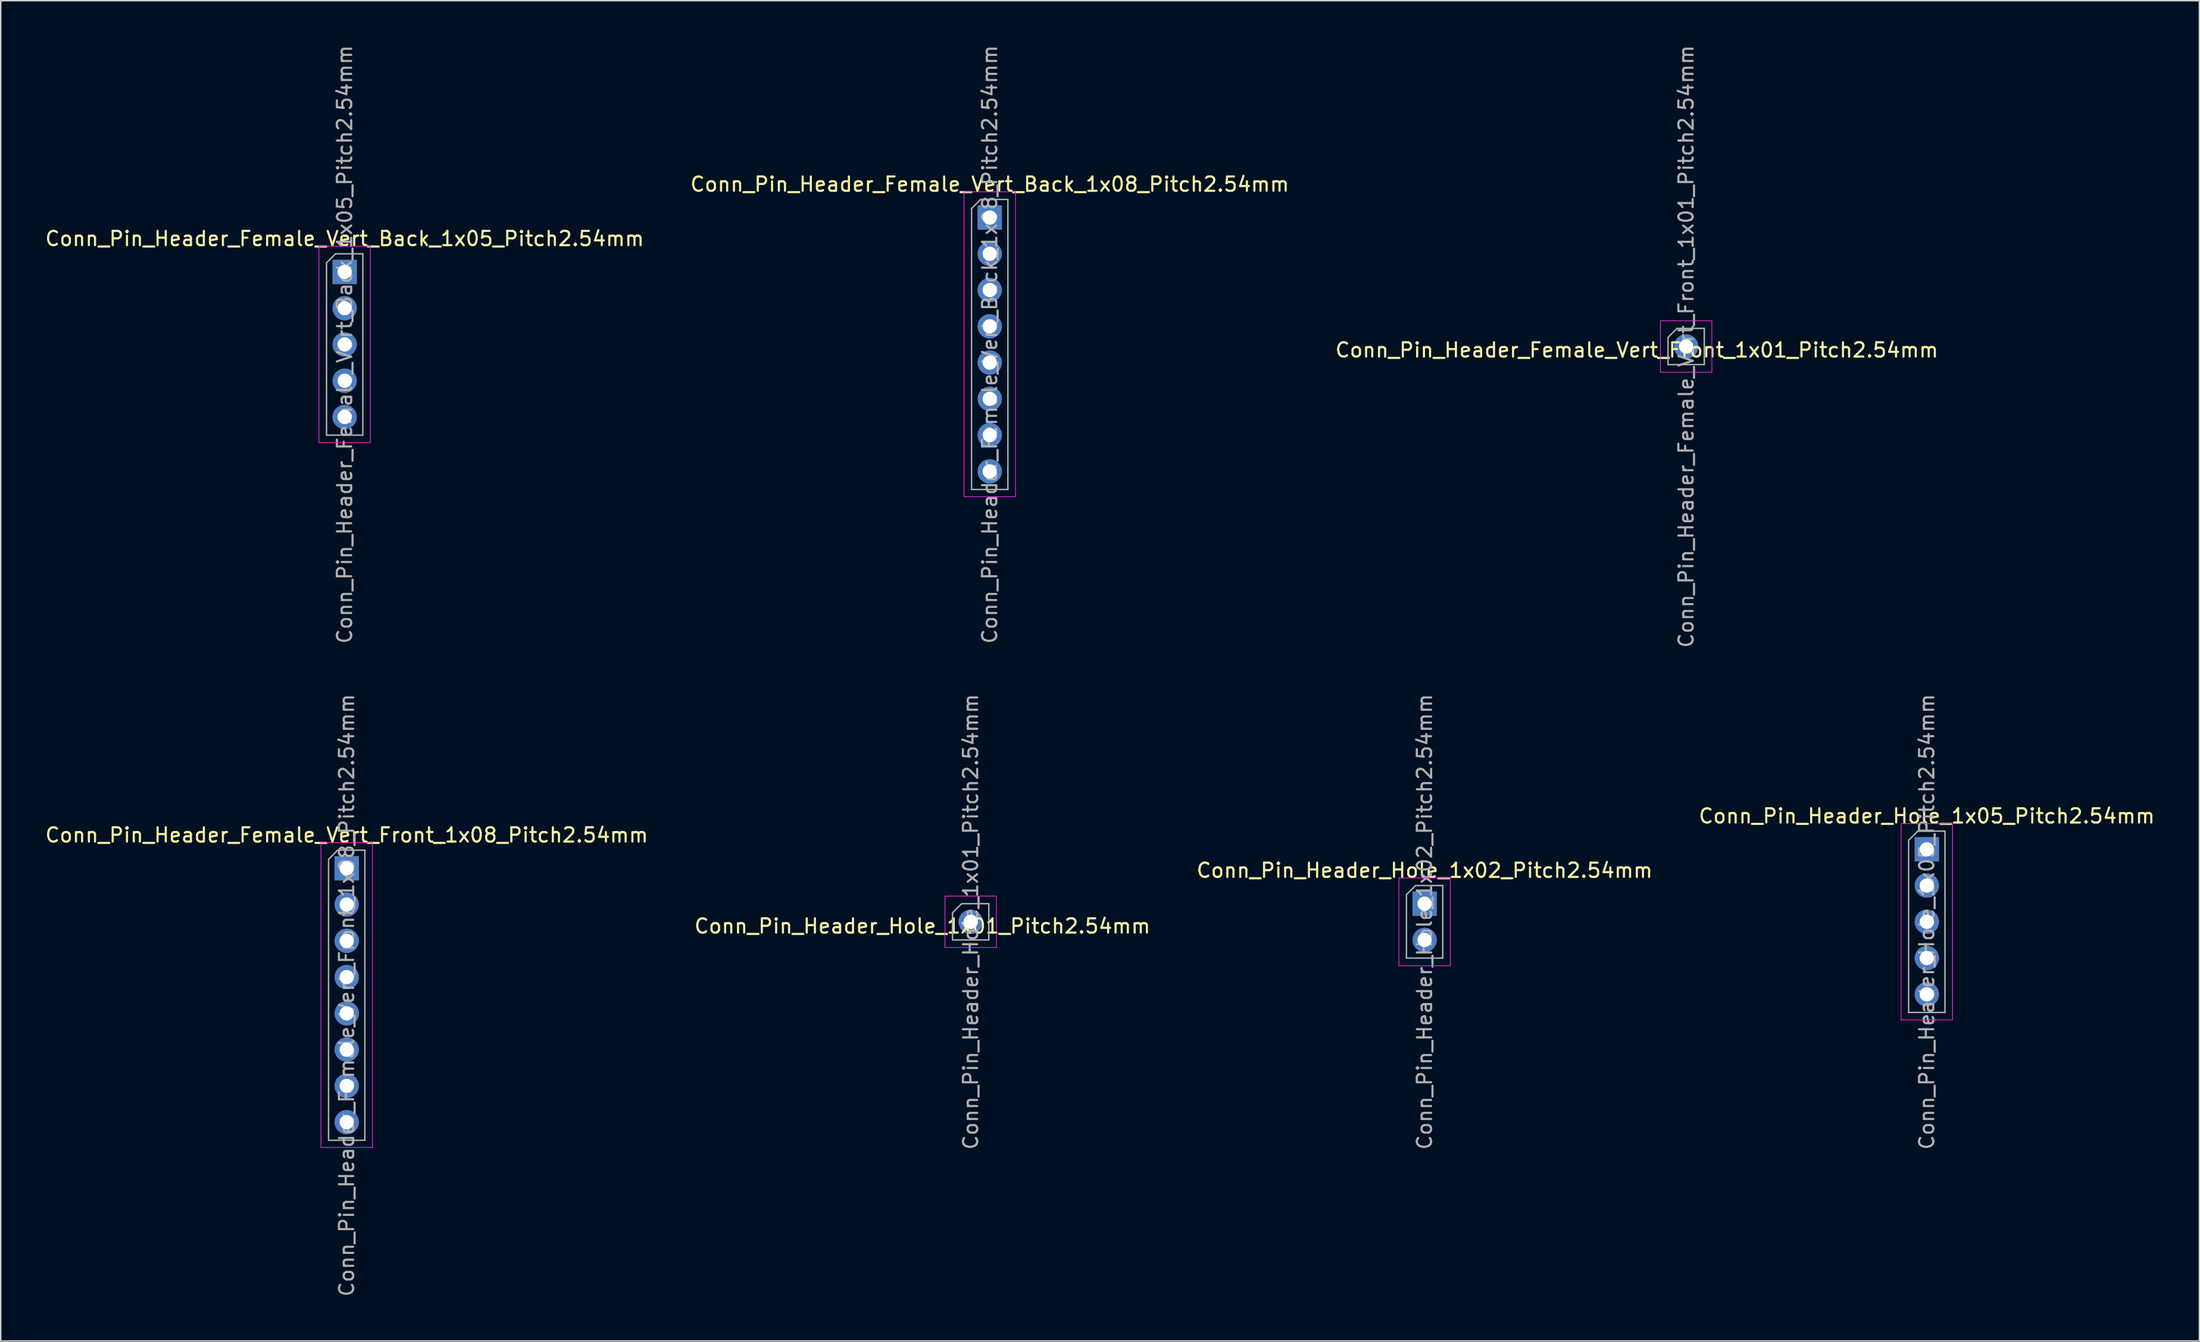
<source format=kicad_pcb>
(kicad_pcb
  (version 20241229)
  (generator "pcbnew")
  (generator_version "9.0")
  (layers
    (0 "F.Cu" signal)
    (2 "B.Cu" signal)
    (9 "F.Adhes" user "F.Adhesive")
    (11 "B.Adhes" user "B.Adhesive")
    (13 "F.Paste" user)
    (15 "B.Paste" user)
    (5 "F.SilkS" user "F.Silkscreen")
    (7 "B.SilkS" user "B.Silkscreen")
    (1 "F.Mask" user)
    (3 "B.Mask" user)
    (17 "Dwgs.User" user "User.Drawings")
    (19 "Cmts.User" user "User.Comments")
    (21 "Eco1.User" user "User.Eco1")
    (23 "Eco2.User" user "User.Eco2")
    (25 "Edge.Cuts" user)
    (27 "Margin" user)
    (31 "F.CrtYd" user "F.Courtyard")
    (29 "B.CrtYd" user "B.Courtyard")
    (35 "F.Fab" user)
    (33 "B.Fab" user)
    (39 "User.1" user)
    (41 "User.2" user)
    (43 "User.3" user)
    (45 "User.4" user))
  (footprint "Conn_Pin_Header_Female_Vert_Back_1x05_Pitch2.54mm"
    (layer "F.Cu")
    (at 21.077 15.997)
    (property "Reference" "Conn_Pin_Header_Female_Vert_Back_1x05_Pitch2.54mm" (at 0 -2.33 0) (layer "F.SilkS") (effects (font (size 1 1) (thickness 0.15))))
    (attr through_hole)
    (fp_line (start -1.8 -1.8) (end -1.8 11.95) (stroke (width 0.05) (type solid)) (layer "F.CrtYd"))
    (fp_line (start -1.8 11.95) (end 1.8 11.95) (stroke (width 0.05) (type solid)) (layer "F.CrtYd"))
    (fp_line (start 1.8 -1.8) (end -1.8 -1.8) (stroke (width 0.05) (type solid)) (layer "F.CrtYd"))
    (fp_line (start 1.8 11.95) (end 1.8 -1.8) (stroke (width 0.05) (type solid)) (layer "F.CrtYd"))
    (fp_line (start -1.27 -0.635) (end -0.635 -1.27) (stroke (width 0.1) (type solid)) (layer "F.Fab"))
    (fp_line (start -1.27 11.43) (end -1.27 -0.635) (stroke (width 0.1) (type solid)) (layer "F.Fab"))
    (fp_line (start -0.635 -1.27) (end 1.27 -1.27) (stroke (width 0.1) (type solid)) (layer "F.Fab"))
    (fp_line (start 1.27 -1.27) (end 1.27 11.43) (stroke (width 0.1) (type solid)) (layer "F.Fab"))
    (fp_line (start 1.27 11.43) (end -1.27 11.43) (stroke (width 0.1) (type solid)) (layer "F.Fab"))
    (fp_text user "${REFERENCE}" (at 0 5.08 90) (layer "F.Fab") (effects (font (size 1 1) (thickness 0.15))))
    (pad "1" thru_hole rect (at 0 0) (size 1.7 1.7) (drill 1) (layers "*.Cu" "*.Mask"))
    (pad "2" thru_hole oval (at 0 2.54) (size 1.7 1.7) (drill 1) (layers "*.Cu" "*.Mask"))
    (pad "3" thru_hole oval (at 0 5.08) (size 1.7 1.7) (drill 1) (layers "*.Cu" "*.Mask"))
    (pad "4" thru_hole oval (at 0 7.62) (size 1.7 1.7) (drill 1) (layers "*.Cu" "*.Mask"))
    (pad "5" thru_hole oval (at 0 10.16) (size 1.7 1.7) (drill 1) (layers "*.Cu" "*.Mask")))
  (footprint "Conn_Pin_Header_Female_Vert_Front_1x08_Pitch2.54mm"
    (layer "F.Cu")
    (at 21.22 57.771)
    (property "Reference" "Conn_Pin_Header_Female_Vert_Front_1x08_Pitch2.54mm" (at 0 -2.33 0) (layer "F.SilkS") (effects (font (size 1 1) (thickness 0.15))))
    (attr through_hole)
    (fp_line (start -1.8 -1.8) (end -1.8 19.55) (stroke (width 0.05) (type solid)) (layer "F.CrtYd"))
    (fp_line (start -1.8 19.55) (end 1.8 19.55) (stroke (width 0.05) (type solid)) (layer "F.CrtYd"))
    (fp_line (start 1.8 -1.8) (end -1.8 -1.8) (stroke (width 0.05) (type solid)) (layer "F.CrtYd"))
    (fp_line (start 1.8 19.55) (end 1.8 -1.8) (stroke (width 0.05) (type solid)) (layer "F.CrtYd"))
    (fp_line (start -1.27 -0.635) (end -0.635 -1.27) (stroke (width 0.1) (type solid)) (layer "F.Fab"))
    (fp_line (start -1.27 19.05) (end -1.27 -0.635) (stroke (width 0.1) (type solid)) (layer "F.Fab"))
    (fp_line (start -0.635 -1.27) (end 1.27 -1.27) (stroke (width 0.1) (type solid)) (layer "F.Fab"))
    (fp_line (start 1.27 -1.27) (end 1.27 19.05) (stroke (width 0.1) (type solid)) (layer "F.Fab"))
    (fp_line (start 1.27 19.05) (end -1.27 19.05) (stroke (width 0.1) (type solid)) (layer "F.Fab"))
    (fp_text user "${REFERENCE}" (at 0 8.89 90) (layer "F.Fab") (effects (font (size 1 1) (thickness 0.15))))
    (pad "1" thru_hole rect (at 0 0) (size 1.7 1.7) (drill 1) (layers "*.Cu" "*.Mask"))
    (pad "2" thru_hole oval (at 0 2.54) (size 1.7 1.7) (drill 1) (layers "*.Cu" "*.Mask"))
    (pad "3" thru_hole oval (at 0 5.08) (size 1.7 1.7) (drill 1) (layers "*.Cu" "*.Mask"))
    (pad "4" thru_hole oval (at 0 7.62) (size 1.7 1.7) (drill 1) (layers "*.Cu" "*.Mask"))
    (pad "5" thru_hole oval (at 0 10.16) (size 1.7 1.7) (drill 1) (layers "*.Cu" "*.Mask"))
    (pad "6" thru_hole oval (at 0 12.7) (size 1.7 1.7) (drill 1) (layers "*.Cu" "*.Mask"))
    (pad "7" thru_hole oval (at 0 15.24) (size 1.7 1.7) (drill 1) (layers "*.Cu" "*.Mask"))
    (pad "8" thru_hole oval (at 0 17.78) (size 1.7 1.7) (drill 1) (layers "*.Cu" "*.Mask")))
  (footprint "Conn_Pin_Header_Hole_1x05_Pitch2.54mm"
    (layer "F.Cu")
    (at 131.827 56.438)
    (property "Reference" "Conn_Pin_Header_Hole_1x05_Pitch2.54mm" (at 0 -2.33 0) (layer "F.SilkS") (effects (font (size 1 1) (thickness 0.15))))
    (attr through_hole)
    (fp_line (start -1.8 -1.8) (end -1.8 11.95) (stroke (width 0.05) (type solid)) (layer "F.CrtYd"))
    (fp_line (start -1.8 11.95) (end 1.8 11.95) (stroke (width 0.05) (type solid)) (layer "F.CrtYd"))
    (fp_line (start 1.8 -1.8) (end -1.8 -1.8) (stroke (width 0.05) (type solid)) (layer "F.CrtYd"))
    (fp_line (start 1.8 11.95) (end 1.8 -1.8) (stroke (width 0.05) (type solid)) (layer "F.CrtYd"))
    (fp_line (start -1.27 -0.635) (end -0.635 -1.27) (stroke (width 0.1) (type solid)) (layer "F.Fab"))
    (fp_line (start -1.27 11.43) (end -1.27 -0.635) (stroke (width 0.1) (type solid)) (layer "F.Fab"))
    (fp_line (start -0.635 -1.27) (end 1.27 -1.27) (stroke (width 0.1) (type solid)) (layer "F.Fab"))
    (fp_line (start 1.27 -1.27) (end 1.27 11.43) (stroke (width 0.1) (type solid)) (layer "F.Fab"))
    (fp_line (start 1.27 11.43) (end -1.27 11.43) (stroke (width 0.1) (type solid)) (layer "F.Fab"))
    (fp_text user "${REFERENCE}" (at 0 5.08 90) (layer "F.Fab") (effects (font (size 1 1) (thickness 0.15))))
    (pad "1" thru_hole rect (at 0 0) (size 1.7 1.7) (drill 1) (layers "*.Cu" "*.Mask"))
    (pad "2" thru_hole oval (at 0 2.54) (size 1.7 1.7) (drill 1) (layers "*.Cu" "*.Mask"))
    (pad "3" thru_hole oval (at 0 5.08) (size 1.7 1.7) (drill 1) (layers "*.Cu" "*.Mask"))
    (pad "4" thru_hole oval (at 0 7.62) (size 1.7 1.7) (drill 1) (layers "*.Cu" "*.Mask"))
    (pad "5" thru_hole oval (at 0 10.16) (size 1.7 1.7) (drill 1) (layers "*.Cu" "*.Mask")))
  (footprint "Conn_Pin_Header_Female_Vert_Back_1x08_Pitch2.54mm"
    (layer "F.Cu")
    (at 66.232 12.187)
    (property "Reference" "Conn_Pin_Header_Female_Vert_Back_1x08_Pitch2.54mm" (at 0 -2.33 0) (layer "F.SilkS") (effects (font (size 1 1) (thickness 0.15))))
    (attr through_hole)
    (fp_line (start -1.8 -1.8) (end -1.8 19.55) (stroke (width 0.05) (type solid)) (layer "F.CrtYd"))
    (fp_line (start -1.8 19.55) (end 1.8 19.55) (stroke (width 0.05) (type solid)) (layer "F.CrtYd"))
    (fp_line (start 1.8 -1.8) (end -1.8 -1.8) (stroke (width 0.05) (type solid)) (layer "F.CrtYd"))
    (fp_line (start 1.8 19.55) (end 1.8 -1.8) (stroke (width 0.05) (type solid)) (layer "F.CrtYd"))
    (fp_line (start -1.27 -0.635) (end -0.635 -1.27) (stroke (width 0.1) (type solid)) (layer "F.Fab"))
    (fp_line (start -1.27 19.05) (end -1.27 -0.635) (stroke (width 0.1) (type solid)) (layer "F.Fab"))
    (fp_line (start -0.635 -1.27) (end 1.27 -1.27) (stroke (width 0.1) (type solid)) (layer "F.Fab"))
    (fp_line (start 1.27 -1.27) (end 1.27 19.05) (stroke (width 0.1) (type solid)) (layer "F.Fab"))
    (fp_line (start 1.27 19.05) (end -1.27 19.05) (stroke (width 0.1) (type solid)) (layer "F.Fab"))
    (fp_text user "${REFERENCE}" (at 0 8.89 90) (layer "F.Fab") (effects (font (size 1 1) (thickness 0.15))))
    (pad "1" thru_hole rect (at 0 0) (size 1.7 1.7) (drill 1) (layers "*.Cu" "*.Mask"))
    (pad "2" thru_hole oval (at 0 2.54) (size 1.7 1.7) (drill 1) (layers "*.Cu" "*.Mask"))
    (pad "3" thru_hole oval (at 0 5.08) (size 1.7 1.7) (drill 1) (layers "*.Cu" "*.Mask"))
    (pad "4" thru_hole oval (at 0 7.62) (size 1.7 1.7) (drill 1) (layers "*.Cu" "*.Mask"))
    (pad "5" thru_hole oval (at 0 10.16) (size 1.7 1.7) (drill 1) (layers "*.Cu" "*.Mask"))
    (pad "6" thru_hole oval (at 0 12.7) (size 1.7 1.7) (drill 1) (layers "*.Cu" "*.Mask"))
    (pad "7" thru_hole oval (at 0 15.24) (size 1.7 1.7) (drill 1) (layers "*.Cu" "*.Mask"))
    (pad "8" thru_hole oval (at 0 17.78) (size 1.7 1.7) (drill 1) (layers "*.Cu" "*.Mask")))
  (footprint "Conn_Pin_Header_Hole_1x01_Pitch2.54mm"
    (layer "F.Cu")
    (at 64.898 61.518)
    (property "Reference" "Conn_Pin_Header_Hole_1x01_Pitch2.54mm" (at -3.38 0.3 0) (layer "F.SilkS") (effects (font (size 1 1) (thickness 0.15))))
    (attr through_hole)
    (fp_line (start -1.8 -1.8) (end -1.8 1.8) (stroke (width 0.05) (type solid)) (layer "F.CrtYd"))
    (fp_line (start -1.8 1.8) (end 1.8 1.8) (stroke (width 0.05) (type solid)) (layer "F.CrtYd"))
    (fp_line (start 1.8 -1.8) (end -1.8 -1.8) (stroke (width 0.05) (type solid)) (layer "F.CrtYd"))
    (fp_line (start 1.8 1.8) (end 1.8 -1.8) (stroke (width 0.05) (type solid)) (layer "F.CrtYd"))
    (fp_line (start -1.27 -0.635) (end -0.635 -1.27) (stroke (width 0.1) (type solid)) (layer "F.Fab"))
    (fp_line (start -1.27 1.27) (end -1.27 -0.635) (stroke (width 0.1) (type solid)) (layer "F.Fab"))
    (fp_line (start -0.635 -1.27) (end 1.27 -1.27) (stroke (width 0.1) (type solid)) (layer "F.Fab"))
    (fp_line (start 1.27 -1.27) (end 1.27 1.27) (stroke (width 0.1) (type solid)) (layer "F.Fab"))
    (fp_line (start 1.27 1.27) (end -1.27 1.27) (stroke (width 0.1) (type solid)) (layer "F.Fab"))
    (fp_text user "${REFERENCE}" (at 0 0 90) (layer "F.Fab") (effects (font (size 1 1) (thickness 0.15))))
    (pad "1" thru_hole circle (at 0 0) (size 1.7 1.7) (drill 1) (layers "*.Cu" "*.Mask")))
  (footprint "Conn_Pin_Header_Female_Vert_Front_1x01_Pitch2.54mm"
    (layer "F.Cu")
    (at 114.98 21.22)
    (property "Reference" "Conn_Pin_Header_Female_Vert_Front_1x01_Pitch2.54mm" (at -3.45 0.25 0) (layer "F.SilkS") (effects (font (size 1 1) (thickness 0.15))))
    (attr through_hole)
    (fp_line (start -1.8 -1.8) (end -1.8 1.8) (stroke (width 0.05) (type solid)) (layer "F.CrtYd"))
    (fp_line (start -1.8 1.8) (end 1.8 1.8) (stroke (width 0.05) (type solid)) (layer "F.CrtYd"))
    (fp_line (start 1.8 -1.8) (end -1.8 -1.8) (stroke (width 0.05) (type solid)) (layer "F.CrtYd"))
    (fp_line (start 1.8 1.8) (end 1.8 -1.8) (stroke (width 0.05) (type solid)) (layer "F.CrtYd"))
    (fp_line (start -1.27 -0.635) (end -0.635 -1.27) (stroke (width 0.1) (type solid)) (layer "F.Fab"))
    (fp_line (start -1.27 1.27) (end -1.27 -0.635) (stroke (width 0.1) (type solid)) (layer "F.Fab"))
    (fp_line (start -0.635 -1.27) (end 1.27 -1.27) (stroke (width 0.1) (type solid)) (layer "F.Fab"))
    (fp_line (start 1.27 -1.27) (end 1.27 1.27) (stroke (width 0.1) (type solid)) (layer "F.Fab"))
    (fp_line (start 1.27 1.27) (end -1.27 1.27) (stroke (width 0.1) (type solid)) (layer "F.Fab"))
    (fp_text user "${REFERENCE}" (at 0 0 90) (layer "F.Fab") (effects (font (size 1 1) (thickness 0.15))))
    (pad "1" thru_hole circle (at 0 0) (size 1.7 1.7) (drill 1) (layers "*.Cu" "*.Mask")))
  (footprint "Conn_Pin_Header_Hole_1x02_Pitch2.54mm"
    (layer "F.Cu")
    (at 96.673 60.248)
    (property "Reference" "Conn_Pin_Header_Hole_1x02_Pitch2.54mm" (at 0 -2.33 0) (layer "F.SilkS") (effects (font (size 1 1) (thickness 0.15))))
    (attr through_hole)
    (fp_line (start -1.8 -1.8) (end -1.8 4.35) (stroke (width 0.05) (type solid)) (layer "F.CrtYd"))
    (fp_line (start -1.8 4.35) (end 1.8 4.35) (stroke (width 0.05) (type solid)) (layer "F.CrtYd"))
    (fp_line (start 1.8 -1.8) (end -1.8 -1.8) (stroke (width 0.05) (type solid)) (layer "F.CrtYd"))
    (fp_line (start 1.8 4.35) (end 1.8 -1.8) (stroke (width 0.05) (type solid)) (layer "F.CrtYd"))
    (fp_line (start -1.27 -0.635) (end -0.635 -1.27) (stroke (width 0.1) (type solid)) (layer "F.Fab"))
    (fp_line (start -1.27 3.81) (end -1.27 -0.635) (stroke (width 0.1) (type solid)) (layer "F.Fab"))
    (fp_line (start -0.635 -1.27) (end 1.27 -1.27) (stroke (width 0.1) (type solid)) (layer "F.Fab"))
    (fp_line (start 1.27 -1.27) (end 1.27 3.81) (stroke (width 0.1) (type solid)) (layer "F.Fab"))
    (fp_line (start 1.27 3.81) (end -1.27 3.81) (stroke (width 0.1) (type solid)) (layer "F.Fab"))
    (fp_text user "${REFERENCE}" (at 0 1.27 90) (layer "F.Fab") (effects (font (size 1 1) (thickness 0.15))))
    (pad "1" thru_hole rect (at 0 0) (size 1.7 1.7) (drill 1) (layers "*.Cu" "*.Mask"))
    (pad "2" thru_hole oval (at 0 2.54) (size 1.7 1.7) (drill 1) (layers "*.Cu" "*.Mask")))
  (gr_rect
    (start -3 -3)
    (end 150.905 90.881)
    (stroke (width 0.1) (type default))
    (fill no)
    (layer "Edge.Cuts")))
</source>
